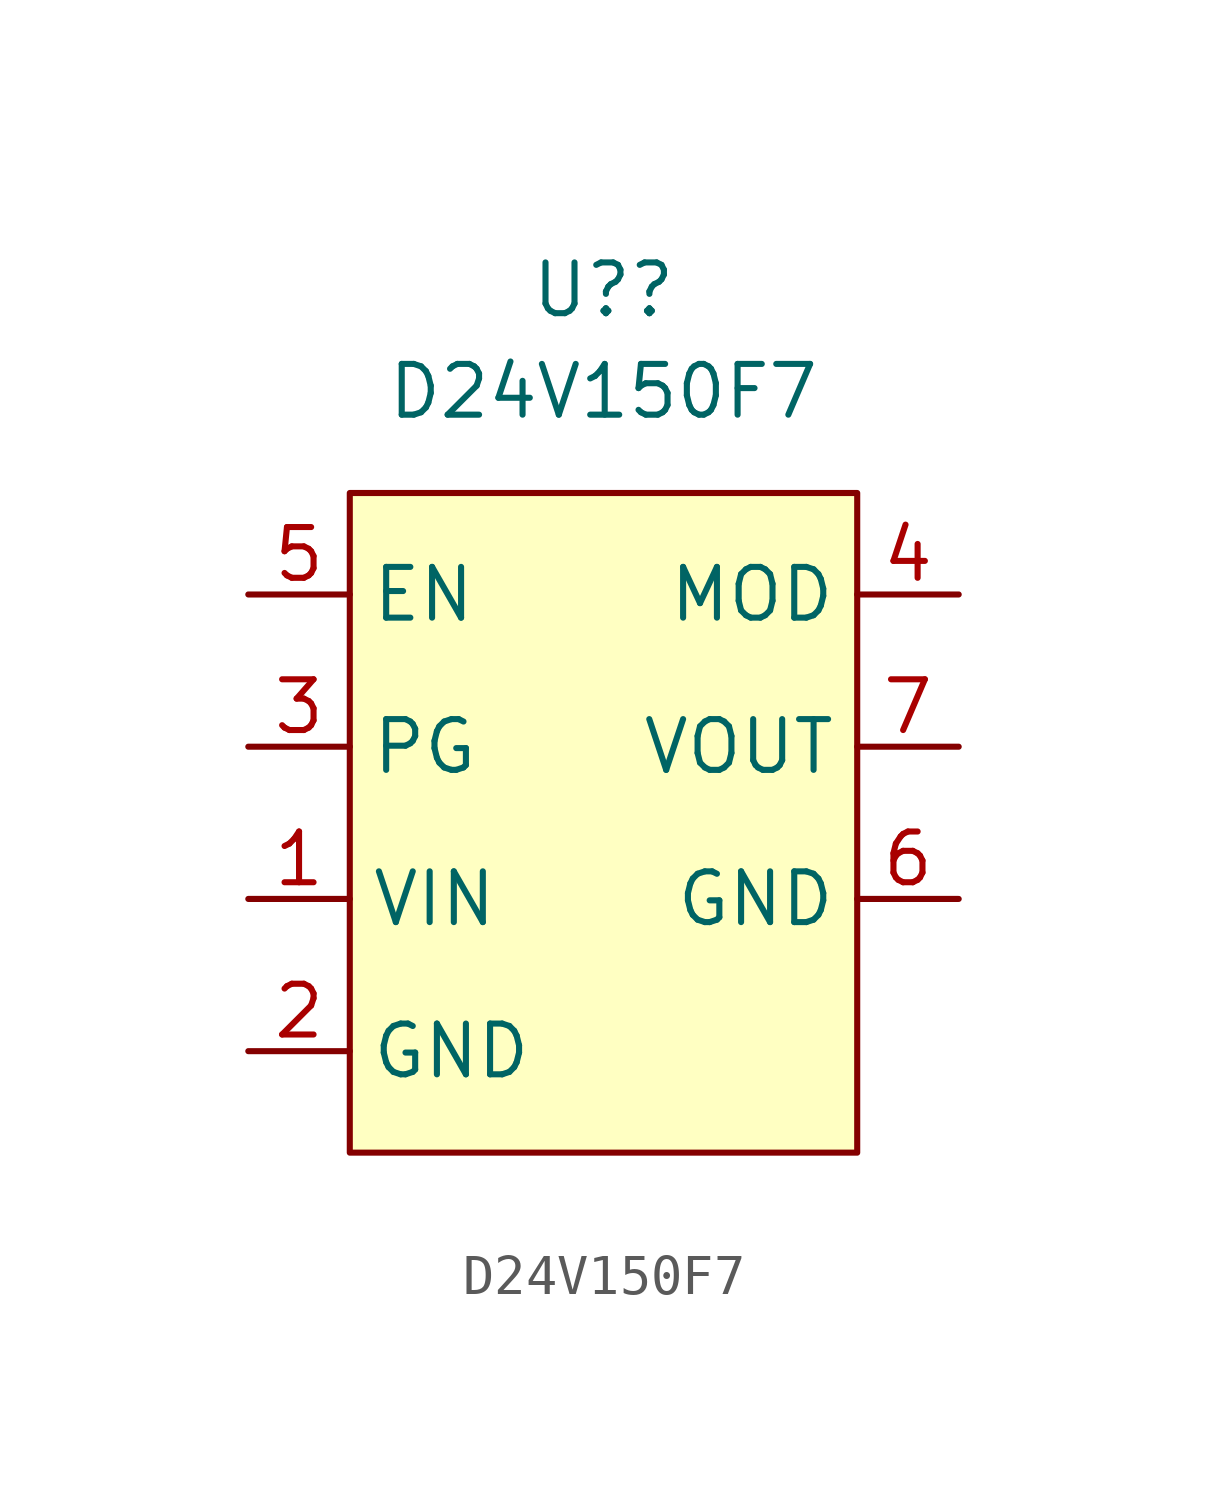
<source format=kicad_sym>
(kicad_symbol_lib
  (version 20211014)
  (generator kicad_symbol_editor)
  (symbol "D24V150F7"
    (property "Reference" "U?"
      (at 0 2.54 0)
      (effects (font (size 1.27 1.27))))
    (property "Value" "D24V150F7"
      (at 0 0 0)
      (effects (font (size 1.27 1.27))))
    (symbol "D24V150F7_0_1"
      (rectangle (start -6.35 -2.54) (end 6.35 -19.05) (stroke (width 0) (type default) (color 0 0 0 0)) (fill (type background))))
    (symbol "D24V150F7_1_1"
      (pin power_in line (at -8.89 -12.7 0) (length 2.54) (name "VIN" (effects (font (size 1.27 1.27)))) (number "1" (effects (font (size 1.27 1.27)))))
      (pin power_in line (at -8.89 -16.51 0) (length 2.54) (name "GND" (effects (font (size 1.27 1.27)))) (number "2" (effects (font (size 1.27 1.27)))))
      (pin output line (at -8.89 -8.89 0) (length 2.54) (name "PG" (effects (font (size 1.27 1.27)))) (number "3" (effects (font (size 1.27 1.27)))))
      (pin input line (at 8.89 -5.08 180) (length 2.54) (name "MOD" (effects (font (size 1.27 1.27)))) (number "4" (effects (font (size 1.27 1.27)))))
      (pin input line (at -8.89 -5.08 0) (length 2.54) (name "EN" (effects (font (size 1.27 1.27)))) (number "5" (effects (font (size 1.27 1.27)))))
      (pin power_out line (at 8.89 -12.7 180) (length 2.54) (name "GND" (effects (font (size 1.27 1.27)))) (number "6" (effects (font (size 1.27 1.27)))))
      (pin power_out line (at 8.89 -8.89 180) (length 2.54) (name "VOUT" (effects (font (size 1.27 1.27)))) (number "7" (effects (font (size 1.27 1.27))))))))
</source>
